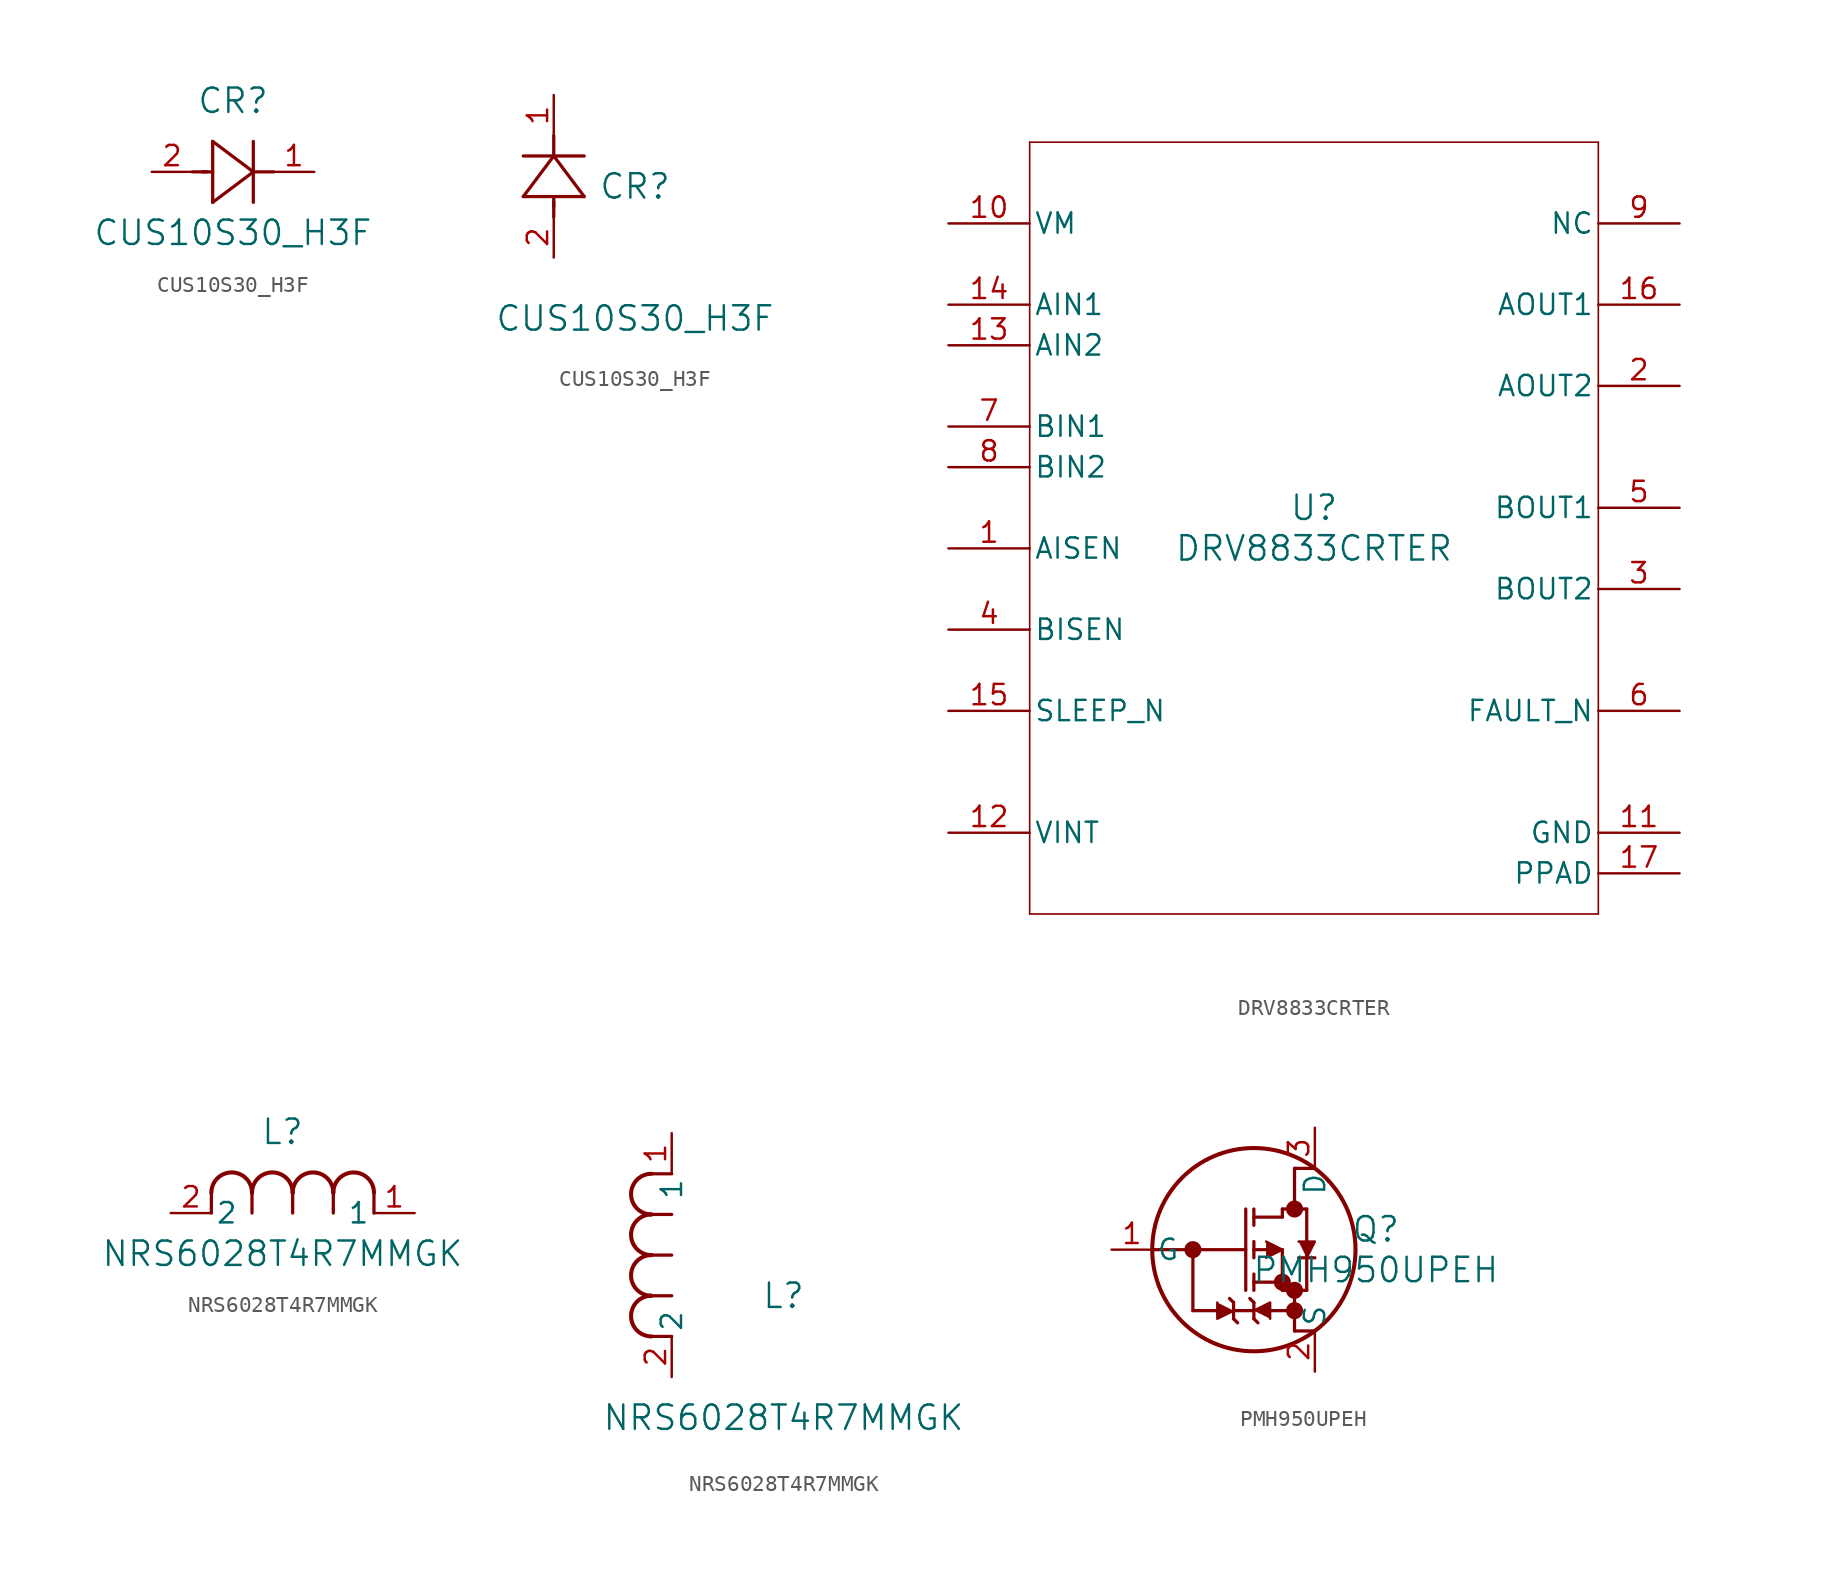
<source format=kicad_sym>
(kicad_symbol_lib
  (version 20241209)
  (generator "kicad_symbol_editor")
  (generator_version "9.0")
  (symbol "CUS10S30_H3F"
    (pin_names
      (offset 0.254))
    (property "Reference" "CR"
      (at 5.08 4.445 0)
      (effects (font (size 1.524 1.524))))
    (property "Value" "CUS10S30_H3F"
      (at 5.08 -3.81 0)
      (effects (font (size 1.524 1.524))))
    (property "ki_locked" ""
      (at 0 0 0)
      (effects (font (size 1.27 1.27))))
    (symbol "CUS10S30_H3F_1_1"
      (polyline (pts (xy 2.54 0) (xy 3.48 0)) (stroke (width 0.203) (type default)) (fill (type none)))
      (polyline (pts (xy 3.175 0) (xy 3.81 0)) (stroke (width 0.203) (type default)) (fill (type none)))
      (polyline (pts (xy 3.81 1.905) (xy 3.81 -1.905)) (stroke (width 0.203) (type default)) (fill (type none)))
      (polyline (pts (xy 3.81 -1.905) (xy 6.35 0)) (stroke (width 0.203) (type default)) (fill (type none)))
      (polyline (pts (xy 6.35 0) (xy 3.81 1.905)) (stroke (width 0.203) (type default)) (fill (type none)))
      (polyline (pts (xy 6.35 0) (xy 7.62 0)) (stroke (width 0.203) (type default)) (fill (type none)))
      (polyline (pts (xy 6.35 -1.905) (xy 6.35 1.905)) (stroke (width 0.203) (type default)) (fill (type none)))
      (pin unspecified line (at 0 0 0) (length 2.54) (name "" (effects (font (size 1.27 1.27)))) (number "2" (effects (font (size 1.27 1.27)))))
      (pin unspecified line (at 10.16 0 180) (length 2.54) (name "" (effects (font (size 1.27 1.27)))) (number "1" (effects (font (size 1.27 1.27))))))
    (symbol "CUS10S30_H3F_1_2"
      (polyline (pts (xy -1.905 3.81) (xy 1.905 3.81)) (stroke (width 0.203) (type default)) (fill (type none)))
      (polyline (pts (xy 0 6.35) (xy -1.905 3.81)) (stroke (width 0.203) (type default)) (fill (type none)))
      (polyline (pts (xy 0 6.35) (xy 0 7.62)) (stroke (width 0.203) (type default)) (fill (type none)))
      (polyline (pts (xy 0 3.175) (xy 0 3.81)) (stroke (width 0.203) (type default)) (fill (type none)))
      (polyline (pts (xy 0 2.54) (xy 0 3.48)) (stroke (width 0.203) (type default)) (fill (type none)))
      (polyline (pts (xy 1.905 6.35) (xy -1.905 6.35)) (stroke (width 0.203) (type default)) (fill (type none)))
      (polyline (pts (xy 1.905 3.81) (xy 0 6.35)) (stroke (width 0.203) (type default)) (fill (type none)))
      (pin unspecified line (at 0 10.16 270) (length 2.54) (name "" (effects (font (size 1.27 1.27)))) (number "1" (effects (font (size 1.27 1.27)))))
      (pin unspecified line (at 0 0 90) (length 2.54) (name "" (effects (font (size 1.27 1.27)))) (number "2" (effects (font (size 1.27 1.27)))))))
  (symbol "DRV8833CRTER"
    (pin_names
      (offset 0.254))
    (property "Reference" "U"
      (at 0 2.54 0)
      (effects (font (size 1.524 1.524))))
    (property "Value" "DRV8833CRTER"
      (at 0 0 0)
      (effects (font (size 1.524 1.524))))
    (property "ki_locked" ""
      (at 0 0 0)
      (effects (font (size 1.27 1.27))))
    (symbol "DRV8833CRTER_0_1"
      (polyline (pts (xy -17.78 25.4) (xy -17.78 -22.86)) (stroke (width 0.102) (type default)) (fill (type none)))
      (polyline (pts (xy -17.78 -22.86) (xy 17.78 -22.86)) (stroke (width 0.102) (type default)) (fill (type none)))
      (polyline (pts (xy 17.78 25.4) (xy -17.78 25.4)) (stroke (width 0.102) (type default)) (fill (type none)))
      (polyline (pts (xy 17.78 -22.86) (xy 17.78 25.4)) (stroke (width 0.102) (type default)) (fill (type none)))
      (pin power_in line (at -22.86 20.32 0) (length 5.08) (name "VM" (effects (font (size 1.27 1.27)))) (number "10" (effects (font (size 1.27 1.27)))))
      (pin input line (at -22.86 15.24 0) (length 5.08) (name "AIN1" (effects (font (size 1.27 1.27)))) (number "14" (effects (font (size 1.27 1.27)))))
      (pin input line (at -22.86 12.7 0) (length 5.08) (name "AIN2" (effects (font (size 1.27 1.27)))) (number "13" (effects (font (size 1.27 1.27)))))
      (pin input line (at -22.86 7.62 0) (length 5.08) (name "BIN1" (effects (font (size 1.27 1.27)))) (number "7" (effects (font (size 1.27 1.27)))))
      (pin input line (at -22.86 5.08 0) (length 5.08) (name "BIN2" (effects (font (size 1.27 1.27)))) (number "8" (effects (font (size 1.27 1.27)))))
      (pin input line (at -22.86 0 0) (length 5.08) (name "AISEN" (effects (font (size 1.27 1.27)))) (number "1" (effects (font (size 1.27 1.27)))))
      (pin input line (at -22.86 -5.08 0) (length 5.08) (name "BISEN" (effects (font (size 1.27 1.27)))) (number "4" (effects (font (size 1.27 1.27)))))
      (pin input line (at -22.86 -10.16 0) (length 5.08) (name "SLEEP_N" (effects (font (size 1.27 1.27)))) (number "15" (effects (font (size 1.27 1.27)))))
      (pin unspecified line (at -22.86 -17.78 0) (length 5.08) (name "VINT" (effects (font (size 1.27 1.27)))) (number "12" (effects (font (size 1.27 1.27)))))
      (pin unspecified line (at 22.86 20.32 180) (length 5.08) (name "NC" (effects (font (size 1.27 1.27)))) (number "9" (effects (font (size 1.27 1.27)))))
      (pin tri_state line (at 22.86 15.24 180) (length 5.08) (name "AOUT1" (effects (font (size 1.27 1.27)))) (number "16" (effects (font (size 1.27 1.27)))))
      (pin tri_state line (at 22.86 10.16 180) (length 5.08) (name "AOUT2" (effects (font (size 1.27 1.27)))) (number "2" (effects (font (size 1.27 1.27)))))
      (pin tri_state line (at 22.86 2.54 180) (length 5.08) (name "BOUT1" (effects (font (size 1.27 1.27)))) (number "5" (effects (font (size 1.27 1.27)))))
      (pin tri_state line (at 22.86 -2.54 180) (length 5.08) (name "BOUT2" (effects (font (size 1.27 1.27)))) (number "3" (effects (font (size 1.27 1.27)))))
      (pin open_collector line (at 22.86 -10.16 180) (length 5.08) (name "FAULT_N" (effects (font (size 1.27 1.27)))) (number "6" (effects (font (size 1.27 1.27)))))
      (pin power_in line (at 22.86 -17.78 180) (length 5.08) (name "GND" (effects (font (size 1.27 1.27)))) (number "11" (effects (font (size 1.27 1.27)))))
      (pin power_in line (at 22.86 -20.32 180) (length 5.08) (name "PPAD" (effects (font (size 1.27 1.27)))) (number "17" (effects (font (size 1.27 1.27)))))))
  (symbol "NRS6028T4R7MMGK"
    (pin_names
      (offset 0.254))
    (property "Reference" "L"
      (at 6.985 5.08 0)
      (effects (font (size 1.524 1.524))))
    (property "Value" "NRS6028T4R7MMGK"
      (at 6.985 -2.54 0)
      (effects (font (size 1.524 1.524))))
    (property "ki_locked" ""
      (at 0 0 0)
      (effects (font (size 1.27 1.27))))
    (symbol "NRS6028T4R7MMGK_1_1"
      (polyline (pts (xy 2.54 0) (xy 2.54 1.27)) (stroke (width 0.203) (type default)) (fill (type none)))
      (arc (start 2.54 1.27) (mid 3.81 2.5344) (end 5.08 1.27) (stroke (width 0.254) (type default)) (fill (type none)))
      (polyline (pts (xy 5.08 0) (xy 5.08 1.27)) (stroke (width 0.203) (type default)) (fill (type none)))
      (arc (start 5.08 1.27) (mid 6.35 2.5344) (end 7.62 1.27) (stroke (width 0.254) (type default)) (fill (type none)))
      (polyline (pts (xy 7.62 0) (xy 7.62 1.27)) (stroke (width 0.203) (type default)) (fill (type none)))
      (arc (start 7.62 1.27) (mid 8.89 2.5344) (end 10.16 1.27) (stroke (width 0.254) (type default)) (fill (type none)))
      (polyline (pts (xy 10.16 0) (xy 10.16 1.27)) (stroke (width 0.203) (type default)) (fill (type none)))
      (arc (start 10.16 1.27) (mid 11.43 2.5344) (end 12.7 1.27) (stroke (width 0.254) (type default)) (fill (type none)))
      (polyline (pts (xy 12.7 0) (xy 12.7 1.27)) (stroke (width 0.203) (type default)) (fill (type none)))
      (pin unspecified line (at 0 0 0) (length 2.54) (name "2" (effects (font (size 1.27 1.27)))) (number "2" (effects (font (size 1.27 1.27)))))
      (pin unspecified line (at 15.24 0 180) (length 2.54) (name "1" (effects (font (size 1.27 1.27)))) (number "1" (effects (font (size 1.27 1.27))))))
    (symbol "NRS6028T4R7MMGK_1_2"
      (arc (start -1.27 10.16) (mid -2.5344 11.43) (end -1.27 12.7) (stroke (width 0.254) (type default)) (fill (type none)))
      (arc (start -1.27 7.62) (mid -2.5344 8.89) (end -1.27 10.16) (stroke (width 0.254) (type default)) (fill (type none)))
      (arc (start -1.27 5.08) (mid -2.5344 6.35) (end -1.27 7.62) (stroke (width 0.254) (type default)) (fill (type none)))
      (arc (start -1.27 2.54) (mid -2.5344 3.81) (end -1.27 5.08) (stroke (width 0.254) (type default)) (fill (type none)))
      (polyline (pts (xy 0 12.7) (xy -1.27 12.7)) (stroke (width 0.203) (type default)) (fill (type none)))
      (polyline (pts (xy 0 10.16) (xy -1.27 10.16)) (stroke (width 0.203) (type default)) (fill (type none)))
      (polyline (pts (xy 0 7.62) (xy -1.27 7.62)) (stroke (width 0.203) (type default)) (fill (type none)))
      (polyline (pts (xy 0 5.08) (xy -1.27 5.08)) (stroke (width 0.203) (type default)) (fill (type none)))
      (polyline (pts (xy 0 2.54) (xy -1.27 2.54)) (stroke (width 0.203) (type default)) (fill (type none)))
      (pin unspecified line (at 0 15.24 270) (length 2.54) (name "1" (effects (font (size 1.27 1.27)))) (number "1" (effects (font (size 1.27 1.27)))))
      (pin unspecified line (at 0 0 90) (length 2.54) (name "2" (effects (font (size 1.27 1.27)))) (number "2" (effects (font (size 1.27 1.27)))))))
  (symbol "PMH950UPEH"
    (pin_names
      (offset 0.254))
    (property "Reference" "Q"
      (at 7.62 1.27 0)
      (effects (font (size 1.524 1.524))))
    (property "Value" "PMH950UPEH"
      (at 7.62 -1.27 0)
      (effects (font (size 1.524 1.524))))
    (symbol "PMH950UPEH_0_1"
      (polyline (pts (xy -6.35 0) (xy -0.508 0)) (stroke (width 0.203) (type default)) (fill (type none)))
      (circle (center -3.81 0) (radius 0.025) (stroke (width 0.508) (type default)) (fill (type none)))
      (polyline (pts (xy -3.81 -3.81) (xy -3.81 0)) (stroke (width 0.203) (type default)) (fill (type none)))
      (polyline (pts (xy -3.81 -3.81) (xy -2.286 -3.81)) (stroke (width 0.203) (type default)) (fill (type none)))
      (polyline (pts (xy -2.286 -3.302) (xy -2.286 -4.318) (xy -1.27 -3.81)) (stroke (width 0) (type default)) (fill (type outline)))
      (polyline (pts (xy -1.524 -3.048) (xy -1.27 -3.302)) (stroke (width 0.203) (type default)) (fill (type none)))
      (polyline (pts (xy -1.27 -3.302) (xy -1.27 -4.318)) (stroke (width 0.203) (type default)) (fill (type none)))
      (polyline (pts (xy -1.27 -3.81) (xy 0 -3.81)) (stroke (width 0.203) (type default)) (fill (type none)))
      (polyline (pts (xy -1.27 -4.318) (xy -1.016 -4.572)) (stroke (width 0.203) (type default)) (fill (type none)))
      (polyline (pts (xy -0.508 -2.54) (xy -0.508 2.54)) (stroke (width 0.203) (type default)) (fill (type none)))
      (polyline (pts (xy -0.254 -3.048) (xy 0 -3.302)) (stroke (width 0.203) (type default)) (fill (type none)))
      (polyline (pts (xy 0 2.032) (xy 1.778 2.032)) (stroke (width 0.203) (type default)) (fill (type none)))
      (polyline (pts (xy 0 1.524) (xy 0 2.54)) (stroke (width 0.203) (type default)) (fill (type none)))
      (polyline (pts (xy 0 0) (xy 1.778 0)) (stroke (width 0.203) (type default)) (fill (type none)))
      (circle (center 0 0) (radius 6.35) (stroke (width 0.254) (type default)) (fill (type none)))
      (polyline (pts (xy 0 -0.508) (xy 0 0.508)) (stroke (width 0.203) (type default)) (fill (type none)))
      (polyline (pts (xy 0 -2.032) (xy 1.778 -2.032)) (stroke (width 0.203) (type default)) (fill (type none)))
      (polyline (pts (xy 0 -2.54) (xy 0 -1.524)) (stroke (width 0.203) (type default)) (fill (type none)))
      (polyline (pts (xy 0 -3.302) (xy 0 -4.318)) (stroke (width 0.203) (type default)) (fill (type none)))
      (polyline (pts (xy 0 -4.318) (xy 0.254 -4.572)) (stroke (width 0.203) (type default)) (fill (type none)))
      (polyline (pts (xy 0.762 0.508) (xy 1.778 0) (xy 0.762 -0.508)) (stroke (width 0) (type default)) (fill (type outline)))
      (polyline (pts (xy 1.016 -3.81) (xy 2.54 -3.81)) (stroke (width 0.203) (type default)) (fill (type none)))
      (polyline (pts (xy 1.016 -4.318) (xy 1.016 -3.302) (xy 0 -3.81)) (stroke (width 0) (type default)) (fill (type outline)))
      (polyline (pts (xy 1.778 2.54) (xy 3.302 2.54)) (stroke (width 0.203) (type default)) (fill (type none)))
      (polyline (pts (xy 1.778 2.032) (xy 1.778 2.54)) (stroke (width 0.203) (type default)) (fill (type none)))
      (circle (center 1.778 -2.032) (radius 0.025) (stroke (width 0.508) (type default)) (fill (type none)))
      (polyline (pts (xy 1.778 -2.54) (xy 1.778 0)) (stroke (width 0.203) (type default)) (fill (type none)))
      (polyline (pts (xy 1.778 -2.54) (xy 3.302 -2.54)) (stroke (width 0.203) (type default)) (fill (type none)))
      (polyline (pts (xy 2.54 5.08) (xy 2.54 2.54)) (stroke (width 0.203) (type default)) (fill (type none)))
      (polyline (pts (xy 2.54 5.08) (xy 3.81 5.08)) (stroke (width 0.203) (type default)) (fill (type none)))
      (circle (center 2.54 2.54) (radius 0.025) (stroke (width 0.508) (type default)) (fill (type none)))
      (circle (center 2.54 -2.54) (radius 0.025) (stroke (width 0.508) (type default)) (fill (type none)))
      (circle (center 2.54 -3.81) (radius 0.025) (stroke (width 0.508) (type default)) (fill (type none)))
      (polyline (pts (xy 2.54 -5.08) (xy 2.54 -2.54)) (stroke (width 0.203) (type default)) (fill (type none)))
      (polyline (pts (xy 2.54 -5.08) (xy 3.81 -5.08)) (stroke (width 0.203) (type default)) (fill (type none)))
      (polyline (pts (xy 2.794 0.508) (xy 3.81 0.508) (xy 3.302 -0.508)) (stroke (width 0) (type default)) (fill (type outline)))
      (polyline (pts (xy 2.794 -0.508) (xy 3.81 -0.508)) (stroke (width 0.203) (type default)) (fill (type none)))
      (polyline (pts (xy 3.302 -2.54) (xy 3.302 2.54)) (stroke (width 0.203) (type default)) (fill (type none)))
      (pin unspecified line (at -8.89 0 0) (length 2.54) (name "G" (effects (font (size 1.27 1.27)))) (number "1" (effects (font (size 1.27 1.27)))))
      (pin unspecified line (at 3.81 7.62 270) (length 2.54) (name "D" (effects (font (size 1.27 1.27)))) (number "3" (effects (font (size 1.27 1.27)))))
      (pin unspecified line (at 3.81 -7.62 90) (length 2.54) (name "S" (effects (font (size 1.27 1.27)))) (number "2" (effects (font (size 1.27 1.27))))))))
</source>
